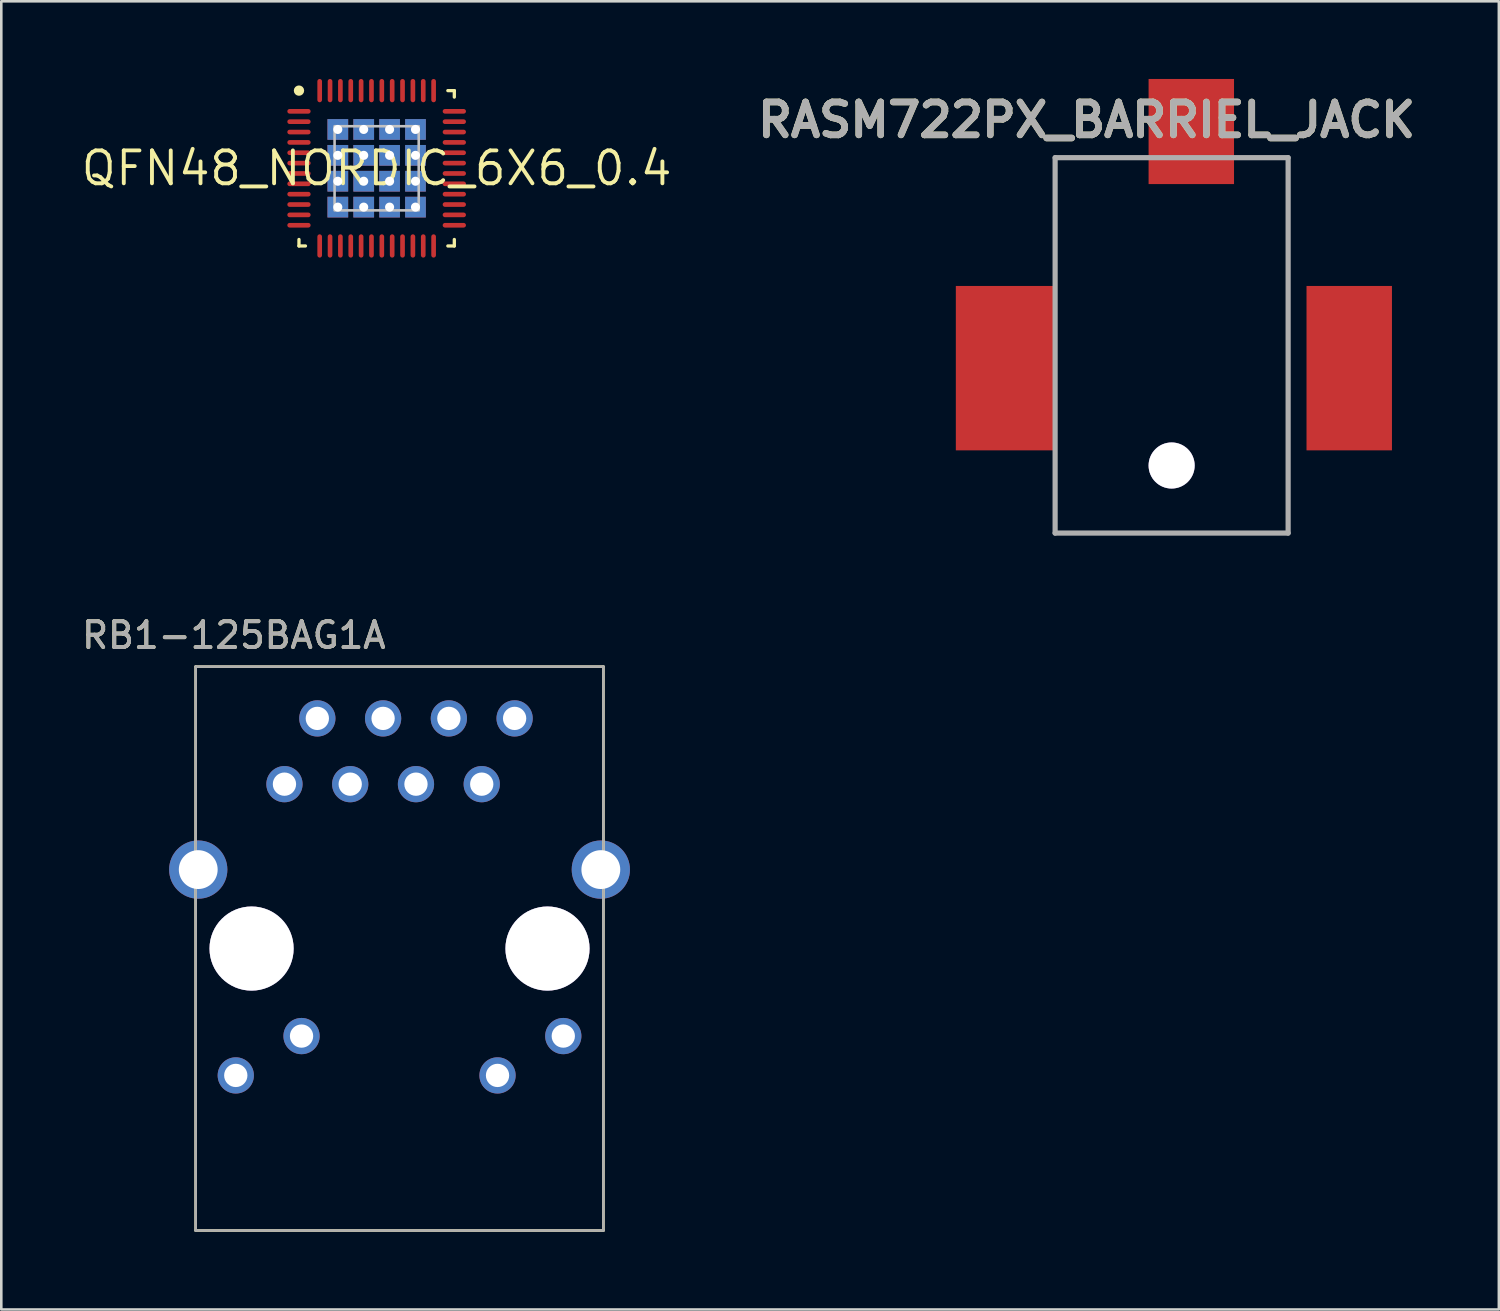
<source format=kicad_pcb>
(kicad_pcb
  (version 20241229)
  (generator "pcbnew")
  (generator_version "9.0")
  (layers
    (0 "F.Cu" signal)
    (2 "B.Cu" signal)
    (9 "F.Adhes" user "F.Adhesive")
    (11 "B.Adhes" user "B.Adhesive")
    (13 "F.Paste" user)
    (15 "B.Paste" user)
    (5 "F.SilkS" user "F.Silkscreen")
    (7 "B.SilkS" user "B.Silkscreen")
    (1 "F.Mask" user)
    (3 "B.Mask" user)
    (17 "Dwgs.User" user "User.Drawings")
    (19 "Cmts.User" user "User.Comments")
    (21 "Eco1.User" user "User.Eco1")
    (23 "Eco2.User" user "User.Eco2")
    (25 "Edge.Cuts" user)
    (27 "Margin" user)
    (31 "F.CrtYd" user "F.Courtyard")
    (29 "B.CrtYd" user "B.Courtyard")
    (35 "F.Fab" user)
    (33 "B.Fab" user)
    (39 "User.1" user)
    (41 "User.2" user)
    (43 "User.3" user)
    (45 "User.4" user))
  (footprint "RB1-125BAG1A"
    (layer "F.Cu")
    (at 12.382 33.588)
    (property "Reference" "RB1-125BAG1A" (at -6.4 -12.1 0) (layer "F.SilkS") (effects (font (size 1 1) (thickness 0.15))))
    (attr through_hole)
    (fp_line (start -7.875 -10.89) (end 7.875 -10.89) (stroke (width 0.1) (type solid)) (layer "F.SilkS"))
    (fp_line (start -7.875 10.89) (end -7.875 -10.89) (stroke (width 0.1) (type solid)) (layer "F.SilkS"))
    (fp_line (start 7.875 -10.89) (end 7.875 10.89) (stroke (width 0.1) (type solid)) (layer "F.SilkS"))
    (fp_line (start 7.875 10.89) (end -7.875 10.89) (stroke (width 0.1) (type solid)) (layer "F.SilkS"))
    (fp_line (start -7.875 -10.89) (end 7.875 -10.89) (stroke (width 0.1) (type solid)) (layer "F.Fab"))
    (fp_line (start -7.875 10.89) (end -7.875 -10.89) (stroke (width 0.1) (type solid)) (layer "F.Fab"))
    (fp_line (start 7.875 -10.89) (end 7.875 10.89) (stroke (width 0.1) (type solid)) (layer "F.Fab"))
    (fp_line (start 7.875 10.89) (end -7.875 10.89) (stroke (width 0.1) (type solid)) (layer "F.Fab"))
    (fp_text user "${REFERENCE}" (at -6.4 -12.1 0) (layer "F.Fab") (effects (font (size 1 1) (thickness 0.15))))
    (pad "1" thru_hole circle (at -4.445 -6.35) (size 1.4 1.4) (drill 0.9) (layers "*.Cu" "*.Mask"))
    (pad "2" thru_hole circle (at -3.175 -8.89) (size 1.4 1.4) (drill 0.9) (layers "*.Cu" "*.Mask"))
    (pad "3" thru_hole circle (at -1.905 -6.35) (size 1.4 1.4) (drill 0.9) (layers "*.Cu" "*.Mask"))
    (pad "4" thru_hole circle (at -0.635 -8.89) (size 1.4 1.4) (drill 0.9) (layers "*.Cu" "*.Mask"))
    (pad "5" thru_hole circle (at 0.635 -6.35) (size 1.4 1.4) (drill 0.9) (layers "*.Cu" "*.Mask"))
    (pad "6" thru_hole circle (at 1.905 -8.89) (size 1.4 1.4) (drill 0.9) (layers "*.Cu" "*.Mask"))
    (pad "7" thru_hole circle (at 3.175 -6.35) (size 1.4 1.4) (drill 0.9) (layers "*.Cu" "*.Mask"))
    (pad "8" thru_hole circle (at 4.445 -8.89) (size 1.4 1.4) (drill 0.9) (layers "*.Cu" "*.Mask"))
    (pad "9" thru_hole circle (at -7.775 -3.05) (size 2.25 2.25) (drill 1.5) (layers "*.Cu" "*.Mask"))
    (pad "10" thru_hole circle (at 7.775 -3.05) (size 2.25 2.25) (drill 1.5) (layers "*.Cu" "*.Mask"))
    (pad "11" thru_hole circle (at -6.325 4.9) (size 1.4 1.4) (drill 0.9) (layers "*.Cu" "*.Mask"))
    (pad "12" thru_hole circle (at -3.785 3.38) (size 1.4 1.4) (drill 0.9) (layers "*.Cu" "*.Mask"))
    (pad "13" thru_hole circle (at 3.785 4.9) (size 1.4 1.4) (drill 0.9) (layers "*.Cu" "*.Mask"))
    (pad "14" thru_hole circle (at 6.325 3.38) (size 1.4 1.4) (drill 0.9) (layers "*.Cu" "*.Mask"))
    (pad "15" thru_hole circle (at -5.715 0) (size 3.25 3.25) (drill 3.25) (layers "*.Cu" "*.Mask"))
    (pad "16" thru_hole circle (at 5.715 0) (size 3.25 3.25) (drill 3.25) (layers "*.Cu" "*.Mask")))
  (footprint "QFN48_NORDIC_6X6_0.4"
    (layer "F.Cu")
    (at 11.498 3.45)
    (property "Reference" "QFN48_NORDIC_6X6_0.4" (at 0 0 0) (layer "F.SilkS") (effects (font (size 1.27 1.27) (thickness 0.15))))
    (attr through_hole)
    (fp_poly (pts (xy -1.875 -1.875) (xy -1.875 1.875) (xy -1.75 1.875) (xy -1.75 -1.875)) (stroke (width 0) (type solid)) (fill yes) (layer "F.Mask"))
    (fp_poly (pts (xy -1.875 -1.75) (xy 1.875 -1.75) (xy 1.875 -1.875) (xy -1.875 -1.875)) (stroke (width 0) (type solid)) (fill yes) (layer "F.Mask"))
    (fp_poly (pts (xy -1.875 -1.25) (xy 1.875 -1.25) (xy 1.875 -0.75) (xy -1.875 -0.75)) (stroke (width 0) (type solid)) (fill yes) (layer "F.Mask"))
    (fp_poly (pts (xy -1.875 -0.25) (xy 1.875 -0.25) (xy 1.875 0.25) (xy -1.875 0.25)) (stroke (width 0) (type solid)) (fill yes) (layer "F.Mask"))
    (fp_poly (pts (xy -1.875 0.75) (xy 1.875 0.75) (xy 1.875 1.25) (xy -1.875 1.25)) (stroke (width 0) (type solid)) (fill yes) (layer "F.Mask"))
    (fp_poly (pts (xy -1.875 1.875) (xy 1.875 1.875) (xy 1.875 1.75) (xy -1.875 1.75)) (stroke (width 0) (type solid)) (fill yes) (layer "F.Mask"))
    (fp_poly (pts (xy -1.25 1.875) (xy -1.25 -1.875) (xy -0.75 -1.875) (xy -0.75 1.875)) (stroke (width 0) (type solid)) (fill yes) (layer "F.Mask"))
    (fp_poly (pts (xy -0.25 1.875) (xy -0.25 -1.875) (xy 0.25 -1.875) (xy 0.25 1.875)) (stroke (width 0) (type solid)) (fill yes) (layer "F.Mask"))
    (fp_poly (pts (xy 0.75 1.875) (xy 0.75 -1.875) (xy 1.25 -1.875) (xy 1.25 1.875)) (stroke (width 0) (type solid)) (fill yes) (layer "F.Mask"))
    (fp_poly (pts (xy 1.75 -1.875) (xy 1.75 1.875) (xy 1.875 1.875) (xy 1.875 -1.875)) (stroke (width 0) (type solid)) (fill yes) (layer "F.Mask"))
    (fp_line (start -3 3) (end -3 2.75) (stroke (width 0.127) (type solid)) (layer "F.SilkS"))
    (fp_line (start -2.75 3) (end -3 3) (stroke (width 0.127) (type solid)) (layer "F.SilkS"))
    (fp_line (start 2.75 -3) (end 3 -3) (stroke (width 0.127) (type solid)) (layer "F.SilkS"))
    (fp_line (start 2.75 3) (end 3 3) (stroke (width 0.127) (type solid)) (layer "F.SilkS"))
    (fp_line (start 3 -3) (end 3 -2.75) (stroke (width 0.127) (type solid)) (layer "F.SilkS"))
    (fp_line (start 3 3) (end 3 2.75) (stroke (width 0.127) (type solid)) (layer "F.SilkS"))
    (fp_circle (center -3 -3) (end -2.9 -3) (stroke (width 0.2) (type solid)) (fill no) (layer "F.SilkS"))
    (fp_poly (pts (xy -1.875 -1.25) (xy 1.875 -1.25) (xy 1.875 -0.75) (xy -1.875 -0.75)) (stroke (width 0) (type solid)) (fill yes) (layer "F.Paste"))
    (fp_poly (pts (xy -1.875 -0.25) (xy 1.875 -0.25) (xy 1.875 0.25) (xy -1.875 0.25)) (stroke (width 0) (type solid)) (fill yes) (layer "F.Paste"))
    (fp_poly (pts (xy -1.875 0.75) (xy 1.875 0.75) (xy 1.875 1.25) (xy -1.875 1.25)) (stroke (width 0) (type solid)) (fill yes) (layer "F.Paste"))
    (fp_poly (pts (xy -1.25 1.875) (xy -1.25 -1.875) (xy -0.75 -1.875) (xy -0.75 1.875)) (stroke (width 0) (type solid)) (fill yes) (layer "F.Paste"))
    (fp_poly (pts (xy -0.25 1.875) (xy -0.25 -1.875) (xy 0.25 -1.875) (xy 0.25 1.875)) (stroke (width 0) (type solid)) (fill yes) (layer "F.Paste"))
    (fp_poly (pts (xy 0.75 1.875) (xy 0.75 -1.875) (xy 1.25 -1.875) (xy 1.25 1.875)) (stroke (width 0) (type solid)) (fill yes) (layer "F.Paste"))
    (fp_poly (pts (xy -1.625 -1.625) (xy 1.625 -1.625) (xy 1.625 1.625) (xy -1.625 1.625)) (stroke (width 0.1) (type solid)) (fill no) (layer "Dwgs.User"))
    (pad "P$1" smd roundrect (at -3 -2.2) (size 0.9 0.18) (layers "F.Cu" "F.Mask" "F.Paste") (roundrect_rratio 0.5))
    (pad "P$2" smd roundrect (at -3 -1.8) (size 0.9 0.18) (layers "F.Cu" "F.Mask" "F.Paste") (roundrect_rratio 0.5))
    (pad "P$3" smd roundrect (at -3 -1.4) (size 0.9 0.18) (layers "F.Cu" "F.Mask" "F.Paste") (roundrect_rratio 0.5))
    (pad "P$4" smd roundrect (at -3 -1) (size 0.9 0.18) (layers "F.Cu" "F.Mask" "F.Paste") (roundrect_rratio 0.5))
    (pad "P$5" smd roundrect (at -3 -0.6) (size 0.9 0.18) (layers "F.Cu" "F.Mask" "F.Paste") (roundrect_rratio 0.5))
    (pad "P$6" smd roundrect (at -3 -0.2) (size 0.9 0.18) (layers "F.Cu" "F.Mask" "F.Paste") (roundrect_rratio 0.5))
    (pad "P$7" smd roundrect (at -3 0.2) (size 0.9 0.18) (layers "F.Cu" "F.Mask" "F.Paste") (roundrect_rratio 0.5))
    (pad "P$8" smd roundrect (at -3 0.6) (size 0.9 0.18) (layers "F.Cu" "F.Mask" "F.Paste") (roundrect_rratio 0.5))
    (pad "P$9" smd roundrect (at -3 1) (size 0.9 0.18) (layers "F.Cu" "F.Mask" "F.Paste") (roundrect_rratio 0.5))
    (pad "P$10" smd roundrect (at -3 1.4) (size 0.9 0.18) (layers "F.Cu" "F.Mask" "F.Paste") (roundrect_rratio 0.5))
    (pad "P$11" smd roundrect (at -3 1.8) (size 0.9 0.18) (layers "F.Cu" "F.Mask" "F.Paste") (roundrect_rratio 0.5))
    (pad "P$12" smd roundrect (at -3 2.2) (size 0.9 0.18) (layers "F.Cu" "F.Mask" "F.Paste") (roundrect_rratio 0.5))
    (pad "P$13" smd roundrect (at -2.2 3 90) (size 0.9 0.18) (layers "F.Cu" "F.Mask" "F.Paste") (roundrect_rratio 0.5))
    (pad "P$14" smd roundrect (at -1.8 3 90) (size 0.9 0.18) (layers "F.Cu" "F.Mask" "F.Paste") (roundrect_rratio 0.5))
    (pad "P$15" smd roundrect (at -1.4 3 90) (size 0.9 0.18) (layers "F.Cu" "F.Mask" "F.Paste") (roundrect_rratio 0.5))
    (pad "P$16" smd roundrect (at -1 3 90) (size 0.9 0.18) (layers "F.Cu" "F.Mask" "F.Paste") (roundrect_rratio 0.5))
    (pad "P$17" smd roundrect (at -0.6 3 90) (size 0.9 0.18) (layers "F.Cu" "F.Mask" "F.Paste") (roundrect_rratio 0.5))
    (pad "P$18" smd roundrect (at -0.2 3 90) (size 0.9 0.18) (layers "F.Cu" "F.Mask" "F.Paste") (roundrect_rratio 0.5))
    (pad "P$19" smd roundrect (at 0.2 3 90) (size 0.9 0.18) (layers "F.Cu" "F.Mask" "F.Paste") (roundrect_rratio 0.5))
    (pad "P$20" smd roundrect (at 0.6 3 90) (size 0.9 0.18) (layers "F.Cu" "F.Mask" "F.Paste") (roundrect_rratio 0.5))
    (pad "P$21" smd roundrect (at 1 3 90) (size 0.9 0.18) (layers "F.Cu" "F.Mask" "F.Paste") (roundrect_rratio 0.5))
    (pad "P$22" smd roundrect (at 1.4 3 90) (size 0.9 0.18) (layers "F.Cu" "F.Mask" "F.Paste") (roundrect_rratio 0.5))
    (pad "P$23" smd roundrect (at 1.8 3 90) (size 0.9 0.18) (layers "F.Cu" "F.Mask" "F.Paste") (roundrect_rratio 0.5))
    (pad "P$24" smd roundrect (at 2.2 3 90) (size 0.9 0.18) (layers "F.Cu" "F.Mask" "F.Paste") (roundrect_rratio 0.5))
    (pad "P$25" smd roundrect (at 3 2.2 180) (size 0.9 0.18) (layers "F.Cu" "F.Mask" "F.Paste") (roundrect_rratio 0.5))
    (pad "P$26" smd roundrect (at 3 1.8 180) (size 0.9 0.18) (layers "F.Cu" "F.Mask" "F.Paste") (roundrect_rratio 0.5))
    (pad "P$27" smd roundrect (at 3 1.4 180) (size 0.9 0.18) (layers "F.Cu" "F.Mask" "F.Paste") (roundrect_rratio 0.5))
    (pad "P$28" smd roundrect (at 3 1 180) (size 0.9 0.18) (layers "F.Cu" "F.Mask" "F.Paste") (roundrect_rratio 0.5))
    (pad "P$29" smd roundrect (at 3 0.6 180) (size 0.9 0.18) (layers "F.Cu" "F.Mask" "F.Paste") (roundrect_rratio 0.5))
    (pad "P$30" smd roundrect (at 3 0.2 180) (size 0.9 0.18) (layers "F.Cu" "F.Mask" "F.Paste") (roundrect_rratio 0.5))
    (pad "P$31" smd roundrect (at 3 -0.2 180) (size 0.9 0.18) (layers "F.Cu" "F.Mask" "F.Paste") (roundrect_rratio 0.5))
    (pad "P$32" smd roundrect (at 3 -0.6 180) (size 0.9 0.18) (layers "F.Cu" "F.Mask" "F.Paste") (roundrect_rratio 0.5))
    (pad "P$33" smd roundrect (at 3 -1 180) (size 0.9 0.18) (layers "F.Cu" "F.Mask" "F.Paste") (roundrect_rratio 0.5))
    (pad "P$34" smd roundrect (at 3 -1.4 180) (size 0.9 0.18) (layers "F.Cu" "F.Mask" "F.Paste") (roundrect_rratio 0.5))
    (pad "P$35" smd roundrect (at 3 -1.8 180) (size 0.9 0.18) (layers "F.Cu" "F.Mask" "F.Paste") (roundrect_rratio 0.5))
    (pad "P$36" smd roundrect (at 3 -2.2 180) (size 0.9 0.18) (layers "F.Cu" "F.Mask" "F.Paste") (roundrect_rratio 0.5))
    (pad "P$37" smd roundrect (at 2.2 -3 270) (size 0.9 0.18) (layers "F.Cu" "F.Mask" "F.Paste") (roundrect_rratio 0.5))
    (pad "P$38" smd roundrect (at 1.8 -3 270) (size 0.9 0.18) (layers "F.Cu" "F.Mask" "F.Paste") (roundrect_rratio 0.5))
    (pad "P$39" smd roundrect (at 1.4 -3 270) (size 0.9 0.18) (layers "F.Cu" "F.Mask" "F.Paste") (roundrect_rratio 0.5))
    (pad "P$40" smd roundrect (at 1 -3 270) (size 0.9 0.18) (layers "F.Cu" "F.Mask" "F.Paste") (roundrect_rratio 0.5))
    (pad "P$41" smd roundrect (at 0.6 -3 270) (size 0.9 0.18) (layers "F.Cu" "F.Mask" "F.Paste") (roundrect_rratio 0.5))
    (pad "P$42" smd roundrect (at 0.2 -3 270) (size 0.9 0.18) (layers "F.Cu" "F.Mask" "F.Paste") (roundrect_rratio 0.5))
    (pad "P$43" smd roundrect (at -0.2 -3 270) (size 0.9 0.18) (layers "F.Cu" "F.Mask" "F.Paste") (roundrect_rratio 0.5))
    (pad "P$44" smd roundrect (at -0.6 -3 270) (size 0.9 0.18) (layers "F.Cu" "F.Mask" "F.Paste") (roundrect_rratio 0.5))
    (pad "P$45" smd roundrect (at -1 -3 270) (size 0.9 0.18) (layers "F.Cu" "F.Mask" "F.Paste") (roundrect_rratio 0.5))
    (pad "P$46" smd roundrect (at -1.4 -3 270) (size 0.9 0.18) (layers "F.Cu" "F.Mask" "F.Paste") (roundrect_rratio 0.5))
    (pad "P$47" smd roundrect (at -1.8 -3 270) (size 0.9 0.18) (layers "F.Cu" "F.Mask" "F.Paste") (roundrect_rratio 0.5))
    (pad "P$48" smd roundrect (at -2.2 -3 270) (size 0.9 0.18) (layers "F.Cu" "F.Mask" "F.Paste") (roundrect_rratio 0.5))
    (pad "P$49" thru_hole rect (at -1.5 -1.5) (size 0.8 0.8) (drill 0.35) (layers "*.Cu" "*.Mask"))
    (pad "P$50" thru_hole rect (at -0.5 -1.5) (size 0.8 0.8) (drill 0.35) (layers "*.Cu" "*.Mask"))
    (pad "P$51" thru_hole rect (at 0.5 -1.5) (size 0.8 0.8) (drill 0.35) (layers "*.Cu" "*.Mask"))
    (pad "P$52" thru_hole rect (at 1.5 -1.5) (size 0.8 0.8) (drill 0.35) (layers "*.Cu" "*.Mask"))
    (pad "P$53" thru_hole rect (at -1.5 -0.5) (size 0.8 0.8) (drill 0.35) (layers "*.Cu" "*.Mask"))
    (pad "P$54" thru_hole rect (at -0.5 -0.5) (size 0.8 0.8) (drill 0.35) (layers "*.Cu" "*.Mask"))
    (pad "P$55" thru_hole rect (at 0.5 -0.5) (size 0.8 0.8) (drill 0.35) (layers "*.Cu" "*.Mask"))
    (pad "P$56" thru_hole rect (at 1.5 -0.5) (size 0.8 0.8) (drill 0.35) (layers "*.Cu" "*.Mask"))
    (pad "P$57" thru_hole rect (at -1.5 0.5) (size 0.8 0.8) (drill 0.35) (layers "*.Cu" "*.Mask"))
    (pad "P$58" thru_hole rect (at -0.5 0.5) (size 0.8 0.8) (drill 0.35) (layers "*.Cu" "*.Mask"))
    (pad "P$59" thru_hole rect (at 0.5 0.5) (size 0.8 0.8) (drill 0.35) (layers "*.Cu" "*.Mask"))
    (pad "P$60" thru_hole rect (at 1.5 0.5) (size 0.8 0.8) (drill 0.35) (layers "*.Cu" "*.Mask"))
    (pad "P$61" thru_hole rect (at -1.5 1.5) (size 0.8 0.8) (drill 0.35) (layers "*.Cu" "*.Mask"))
    (pad "P$62" thru_hole rect (at -0.5 1.5) (size 0.8 0.8) (drill 0.35) (layers "*.Cu" "*.Mask"))
    (pad "P$63" thru_hole rect (at 0.5 1.5) (size 0.8 0.8) (drill 0.35) (layers "*.Cu" "*.Mask"))
    (pad "P$64" thru_hole rect (at 1.5 1.5) (size 0.8 0.8) (drill 0.35) (layers "*.Cu" "*.Mask")))
  (footprint "RASM722PX_BARRIEL_JACK"
    (layer "F.Cu")
    (at 42.419 9.785)
    (property "Reference" "RASM722PX_BARRIEL_JACK" (at -3.5 -8.2 0) (layer "F.SilkS") (effects (font (size 1.27 1.27) (thickness 0.254))))
    (attr through_hole)
    (fp_line (start -4.715 -6.745) (end -1.455 -6.745) (stroke (width 0.1) (type solid)) (layer "F.SilkS"))
    (fp_line (start -4.715 -2.245) (end -4.715 -6.745) (stroke (width 0.1) (type solid)) (layer "F.SilkS"))
    (fp_line (start -4.715 7.755) (end -4.715 5.755) (stroke (width 0.1) (type solid)) (layer "F.SilkS"))
    (fp_line (start 2.545 -6.745) (end 4.285 -6.745) (stroke (width 0.1) (type solid)) (layer "F.SilkS"))
    (fp_line (start 4.285 -6.745) (end 4.285 7.755) (stroke (width 0.1) (type solid)) (layer "F.SilkS"))
    (fp_line (start 4.285 7.755) (end -4.715 7.755) (stroke (width 0.1) (type solid)) (layer "F.SilkS"))
    (fp_line (start -4.715 -6.745) (end 4.285 -6.745) (stroke (width 0.2) (type solid)) (layer "F.Fab"))
    (fp_line (start -4.715 7.755) (end -4.715 -6.745) (stroke (width 0.2) (type solid)) (layer "F.Fab"))
    (fp_line (start 4.285 -6.745) (end 4.285 7.755) (stroke (width 0.2) (type solid)) (layer "F.Fab"))
    (fp_line (start 4.285 7.755) (end -4.715 7.755) (stroke (width 0.2) (type solid)) (layer "F.Fab"))
    (fp_text user "${REFERENCE}" (at -3.5 -8.2 0) (layer "F.Fab") (effects (font (size 1.27 1.27) (thickness 0.254))))
    (pad "1" smd rect (at -6.645 1.385) (size 3.81 6.35) (layers "F.Cu" "F.Mask" "F.Paste"))
    (pad "2" smd rect (at 6.645 1.385) (size 3.3 6.35) (layers "F.Cu" "F.Mask" "F.Paste"))
    (pad "3" smd rect (at 0.545 -7.755) (size 3.3 4.06) (layers "F.Cu" "F.Mask" "F.Paste"))
    (pad "LP1" thru_hole circle (at -0.215 5.145) (size 1.78 1.78) (drill 1.78) (layers "*.Cu" "*.Mask")))
  (gr_rect
    (start -3 -3)
    (end 54.843 47.528)
    (stroke (width 0.1) (type default))
    (fill no)
    (layer "Edge.Cuts")))
</source>
